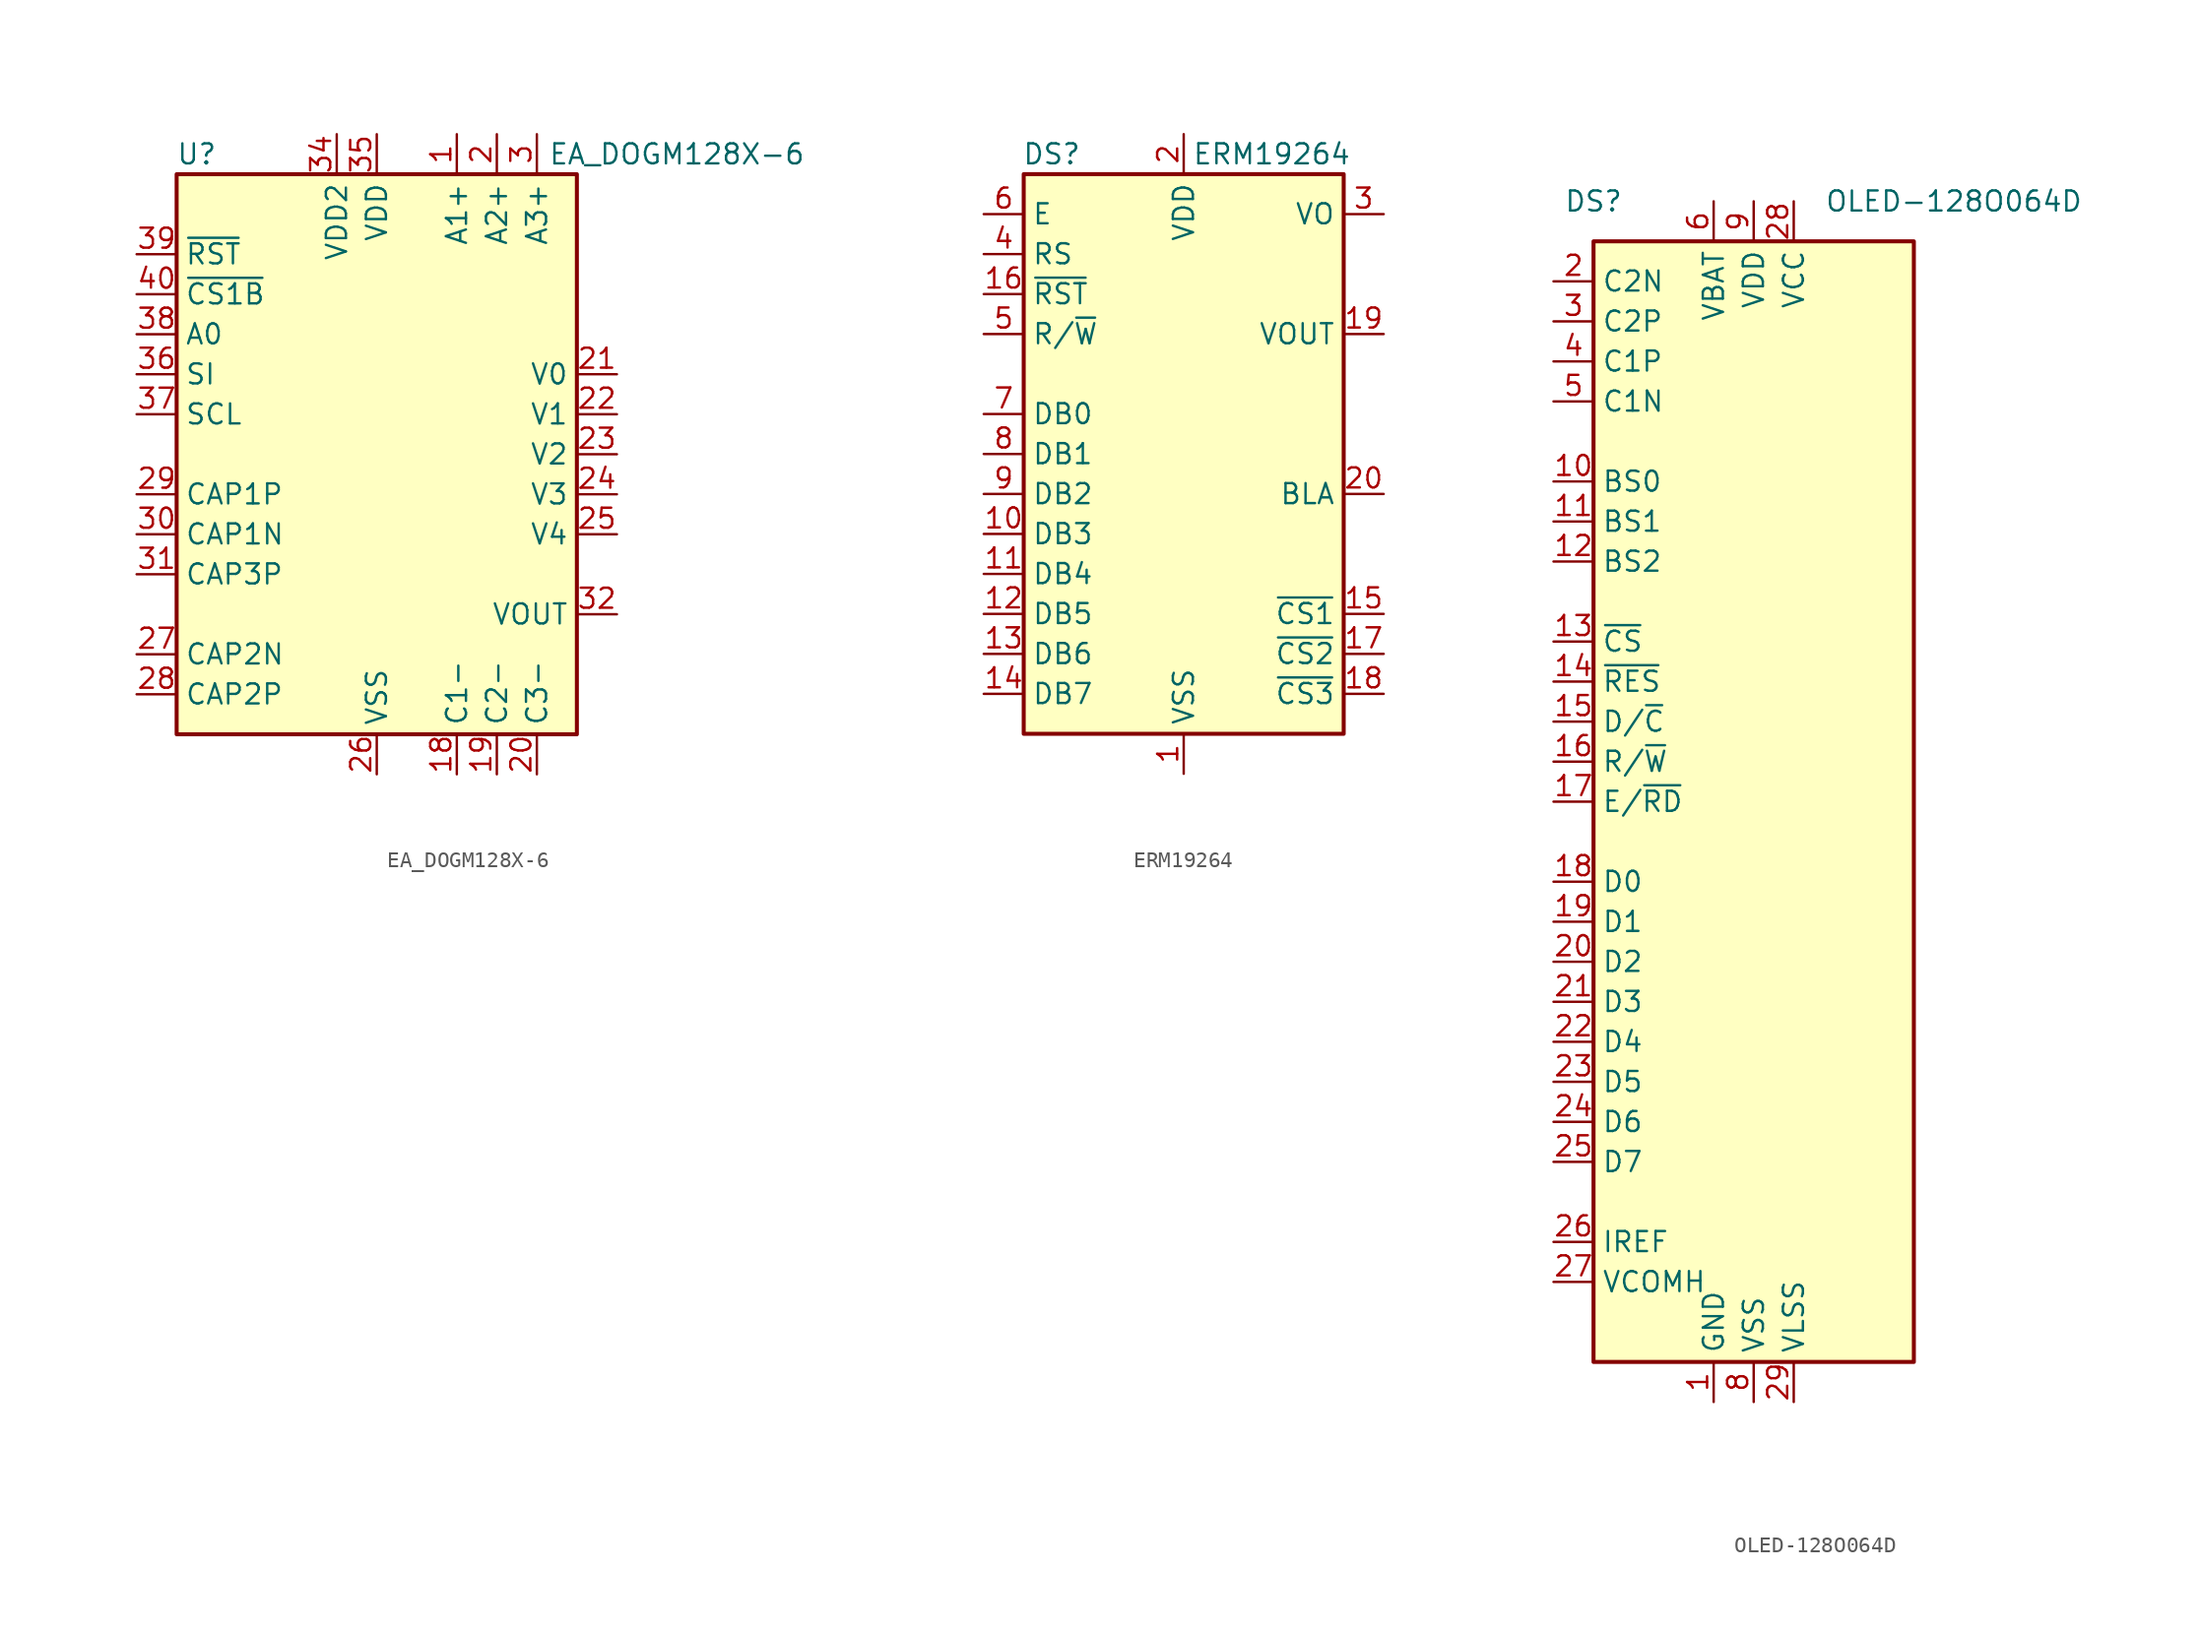
<source format=kicad_sym>
(kicad_symbol_lib
  (version 20201005)
  (generator kicad_symbol_editor)
  (symbol "EA_DOGM128X-6"
    (property "Reference" "U"
      (at -11.43 19.05 0)
      (effects (font (size 1.27 1.27))))
    (property "Value" "EA_DOGM128X-6"
      (at 19.05 19.05 0)
      (effects (font (size 1.27 1.27))))
    (symbol "EA_DOGM128X-6_1_1"
      (rectangle (start -12.7 17.78) (end 12.7 -17.78) (stroke (width 0.254)) (fill (type background)))
      (pin power_in line (at 5.08 20.32 270) (length 2.54) (name "A1+" (effects (font (size 1.27 1.27)))) (number "1" (effects (font (size 1.27 1.27)))))
      (pin power_in line (at 5.08 -20.32 90) (length 2.54) (name "C1-" (effects (font (size 1.27 1.27)))) (number "18" (effects (font (size 1.27 1.27)))))
      (pin power_in line (at 7.62 -20.32 90) (length 2.54) (name "C2-" (effects (font (size 1.27 1.27)))) (number "19" (effects (font (size 1.27 1.27)))))
      (pin power_in line (at 7.62 20.32 270) (length 2.54) (name "A2+" (effects (font (size 1.27 1.27)))) (number "2" (effects (font (size 1.27 1.27)))))
      (pin power_in line (at 10.16 -20.32 90) (length 2.54) (name "C3-" (effects (font (size 1.27 1.27)))) (number "20" (effects (font (size 1.27 1.27)))))
      (pin passive line (at 15.24 5.08 180) (length 2.54) (name "V0" (effects (font (size 1.27 1.27)))) (number "21" (effects (font (size 1.27 1.27)))))
      (pin passive line (at 15.24 2.54 180) (length 2.54) (name "V1" (effects (font (size 1.27 1.27)))) (number "22" (effects (font (size 1.27 1.27)))))
      (pin passive line (at 15.24 0 180) (length 2.54) (name "V2" (effects (font (size 1.27 1.27)))) (number "23" (effects (font (size 1.27 1.27)))))
      (pin passive line (at 15.24 -2.54 180) (length 2.54) (name "V3" (effects (font (size 1.27 1.27)))) (number "24" (effects (font (size 1.27 1.27)))))
      (pin passive line (at 15.24 -5.08 180) (length 2.54) (name "V4" (effects (font (size 1.27 1.27)))) (number "25" (effects (font (size 1.27 1.27)))))
      (pin power_in line (at 0 -20.32 90) (length 2.54) (name "VSS" (effects (font (size 1.27 1.27)))) (number "26" (effects (font (size 1.27 1.27)))))
      (pin passive line (at -15.24 -12.7 0) (length 2.54) (name "CAP2N" (effects (font (size 1.27 1.27)))) (number "27" (effects (font (size 1.27 1.27)))))
      (pin passive line (at -15.24 -15.24 0) (length 2.54) (name "CAP2P" (effects (font (size 1.27 1.27)))) (number "28" (effects (font (size 1.27 1.27)))))
      (pin passive line (at -15.24 -2.54 0) (length 2.54) (name "CAP1P" (effects (font (size 1.27 1.27)))) (number "29" (effects (font (size 1.27 1.27)))))
      (pin power_in line (at 10.16 20.32 270) (length 2.54) (name "A3+" (effects (font (size 1.27 1.27)))) (number "3" (effects (font (size 1.27 1.27)))))
      (pin passive line (at -15.24 -5.08 0) (length 2.54) (name "CAP1N" (effects (font (size 1.27 1.27)))) (number "30" (effects (font (size 1.27 1.27)))))
      (pin passive line (at -15.24 -7.62 0) (length 2.54) (name "CAP3P" (effects (font (size 1.27 1.27)))) (number "31" (effects (font (size 1.27 1.27)))))
      (pin output line (at 15.24 -10.16 180) (length 2.54) (name "VOUT" (effects (font (size 1.27 1.27)))) (number "32" (effects (font (size 1.27 1.27)))))
      (pin passive line (at 0 -20.32 90) (length 2.54) hide (name "VSS" (effects (font (size 1.27 1.27)))) (number "33" (effects (font (size 1.27 1.27)))))
      (pin power_in line (at -2.54 20.32 270) (length 2.54) (name "VDD2" (effects (font (size 1.27 1.27)))) (number "34" (effects (font (size 1.27 1.27)))))
      (pin power_in line (at 0 20.32 270) (length 2.54) (name "VDD" (effects (font (size 1.27 1.27)))) (number "35" (effects (font (size 1.27 1.27)))))
      (pin input line (at -15.24 5.08 0) (length 2.54) (name "SI" (effects (font (size 1.27 1.27)))) (number "36" (effects (font (size 1.27 1.27)))))
      (pin input line (at -15.24 2.54 0) (length 2.54) (name "SCL" (effects (font (size 1.27 1.27)))) (number "37" (effects (font (size 1.27 1.27)))))
      (pin input line (at -15.24 7.62 0) (length 2.54) (name "A0" (effects (font (size 1.27 1.27)))) (number "38" (effects (font (size 1.27 1.27)))))
      (pin input line (at -15.24 12.7 0) (length 2.54) (name "~RST" (effects (font (size 1.27 1.27)))) (number "39" (effects (font (size 1.27 1.27)))))
      (pin input line (at -15.24 10.16 0) (length 2.54) (name "~CS1B" (effects (font (size 1.27 1.27)))) (number "40" (effects (font (size 1.27 1.27)))))))
  (symbol "ERM19264"
    (property "Reference" "DS"
      (at -8.382 19.05 0)
      (effects (font (size 1.27 1.27))))
    (property "Value" "ERM19264"
      (at 5.588 19.05 0)
      (effects (font (size 1.27 1.27))))
    (symbol "ERM19264_0_0"
      (pin input line (at 12.7 -15.24 180) (length 2.54) (name "~CS3~" (effects (font (size 1.27 1.27)))) (number "18" (effects (font (size 1.27 1.27))))))
    (symbol "ERM19264_0_1"
      (rectangle (start -10.16 17.78) (end 10.16 -17.78) (stroke (width 0.254)) (fill (type background))))
    (symbol "ERM19264_1_1"
      (pin power_in line (at 0 -20.32 90) (length 2.54) (name "VSS" (effects (font (size 1.27 1.27)))) (number "1" (effects (font (size 1.27 1.27)))))
      (pin bidirectional line (at -12.7 -5.08 0) (length 2.54) (name "DB3" (effects (font (size 1.27 1.27)))) (number "10" (effects (font (size 1.27 1.27)))))
      (pin bidirectional line (at -12.7 -7.62 0) (length 2.54) (name "DB4" (effects (font (size 1.27 1.27)))) (number "11" (effects (font (size 1.27 1.27)))))
      (pin bidirectional line (at -12.7 -10.16 0) (length 2.54) (name "DB5" (effects (font (size 1.27 1.27)))) (number "12" (effects (font (size 1.27 1.27)))))
      (pin bidirectional line (at -12.7 -12.7 0) (length 2.54) (name "DB6" (effects (font (size 1.27 1.27)))) (number "13" (effects (font (size 1.27 1.27)))))
      (pin bidirectional line (at -12.7 -15.24 0) (length 2.54) (name "DB7" (effects (font (size 1.27 1.27)))) (number "14" (effects (font (size 1.27 1.27)))))
      (pin input line (at 12.7 -10.16 180) (length 2.54) (name "~CS1~" (effects (font (size 1.27 1.27)))) (number "15" (effects (font (size 1.27 1.27)))))
      (pin input line (at -12.7 10.16 0) (length 2.54) (name "~RST~" (effects (font (size 1.27 1.27)))) (number "16" (effects (font (size 1.27 1.27)))))
      (pin input line (at 12.7 -12.7 180) (length 2.54) (name "~CS2~" (effects (font (size 1.27 1.27)))) (number "17" (effects (font (size 1.27 1.27)))))
      (pin passive line (at 12.7 7.62 180) (length 2.54) (name "VOUT" (effects (font (size 1.27 1.27)))) (number "19" (effects (font (size 1.27 1.27)))))
      (pin power_in line (at 0 20.32 270) (length 2.54) (name "VDD" (effects (font (size 1.27 1.27)))) (number "2" (effects (font (size 1.27 1.27)))))
      (pin passive line (at 12.7 -2.54 180) (length 2.54) (name "BLA" (effects (font (size 1.27 1.27)))) (number "20" (effects (font (size 1.27 1.27)))))
      (pin passive line (at 12.7 15.24 180) (length 2.54) (name "VO" (effects (font (size 1.27 1.27)))) (number "3" (effects (font (size 1.27 1.27)))))
      (pin input line (at -12.7 12.7 0) (length 2.54) (name "RS" (effects (font (size 1.27 1.27)))) (number "4" (effects (font (size 1.27 1.27)))))
      (pin input line (at -12.7 7.62 0) (length 2.54) (name "R/~W~" (effects (font (size 1.27 1.27)))) (number "5" (effects (font (size 1.27 1.27)))))
      (pin input line (at -12.7 15.24 0) (length 2.54) (name "E" (effects (font (size 1.27 1.27)))) (number "6" (effects (font (size 1.27 1.27)))))
      (pin bidirectional line (at -12.7 2.54 0) (length 2.54) (name "DB0" (effects (font (size 1.27 1.27)))) (number "7" (effects (font (size 1.27 1.27)))))
      (pin bidirectional line (at -12.7 0 0) (length 2.54) (name "DB1" (effects (font (size 1.27 1.27)))) (number "8" (effects (font (size 1.27 1.27)))))
      (pin bidirectional line (at -12.7 -2.54 0) (length 2.54) (name "DB2" (effects (font (size 1.27 1.27)))) (number "9" (effects (font (size 1.27 1.27)))))))
  (symbol "OLED-128O064D"
    (property "Reference" "DS"
      (at -10.16 38.1 0)
      (effects (font (size 1.27 1.27))))
    (property "Value" "OLED-128O064D"
      (at 12.7 38.1 0)
      (effects (font (size 1.27 1.27))))
    (symbol "OLED-128O064D_0_1"
      (rectangle (start -10.16 35.56) (end 10.16 -35.56) (stroke (width 0.254)) (fill (type background))))
    (symbol "OLED-128O064D_1_1"
      (pin power_in line (at -2.54 -38.1 90) (length 2.54) (name "GND" (effects (font (size 1.27 1.27)))) (number "1" (effects (font (size 1.27 1.27)))))
      (pin input line (at -12.7 20.32 0) (length 2.54) (name "BS0" (effects (font (size 1.27 1.27)))) (number "10" (effects (font (size 1.27 1.27)))))
      (pin input line (at -12.7 17.78 0) (length 2.54) (name "BS1" (effects (font (size 1.27 1.27)))) (number "11" (effects (font (size 1.27 1.27)))))
      (pin input line (at -12.7 15.24 0) (length 2.54) (name "BS2" (effects (font (size 1.27 1.27)))) (number "12" (effects (font (size 1.27 1.27)))))
      (pin input line (at -12.7 10.16 0) (length 2.54) (name "~CS" (effects (font (size 1.27 1.27)))) (number "13" (effects (font (size 1.27 1.27)))))
      (pin input line (at -12.7 7.62 0) (length 2.54) (name "~RES" (effects (font (size 1.27 1.27)))) (number "14" (effects (font (size 1.27 1.27)))))
      (pin input line (at -12.7 5.08 0) (length 2.54) (name "D/~C" (effects (font (size 1.27 1.27)))) (number "15" (effects (font (size 1.27 1.27)))))
      (pin input line (at -12.7 2.54 0) (length 2.54) (name "R/~W" (effects (font (size 1.27 1.27)))) (number "16" (effects (font (size 1.27 1.27)))))
      (pin input line (at -12.7 0 0) (length 2.54) (name "E/~RD" (effects (font (size 1.27 1.27)))) (number "17" (effects (font (size 1.27 1.27)))))
      (pin bidirectional line (at -12.7 -5.08 0) (length 2.54) (name "D0" (effects (font (size 1.27 1.27)))) (number "18" (effects (font (size 1.27 1.27)))))
      (pin bidirectional line (at -12.7 -7.62 0) (length 2.54) (name "D1" (effects (font (size 1.27 1.27)))) (number "19" (effects (font (size 1.27 1.27)))))
      (pin passive line (at -12.7 33.02 0) (length 2.54) (name "C2N" (effects (font (size 1.27 1.27)))) (number "2" (effects (font (size 1.27 1.27)))))
      (pin bidirectional line (at -12.7 -10.16 0) (length 2.54) (name "D2" (effects (font (size 1.27 1.27)))) (number "20" (effects (font (size 1.27 1.27)))))
      (pin bidirectional line (at -12.7 -12.7 0) (length 2.54) (name "D3" (effects (font (size 1.27 1.27)))) (number "21" (effects (font (size 1.27 1.27)))))
      (pin bidirectional line (at -12.7 -15.24 0) (length 2.54) (name "D4" (effects (font (size 1.27 1.27)))) (number "22" (effects (font (size 1.27 1.27)))))
      (pin bidirectional line (at -12.7 -17.78 0) (length 2.54) (name "D5" (effects (font (size 1.27 1.27)))) (number "23" (effects (font (size 1.27 1.27)))))
      (pin bidirectional line (at -12.7 -20.32 0) (length 2.54) (name "D6" (effects (font (size 1.27 1.27)))) (number "24" (effects (font (size 1.27 1.27)))))
      (pin bidirectional line (at -12.7 -22.86 0) (length 2.54) (name "D7" (effects (font (size 1.27 1.27)))) (number "25" (effects (font (size 1.27 1.27)))))
      (pin passive line (at -12.7 -27.94 0) (length 2.54) (name "IREF" (effects (font (size 1.27 1.27)))) (number "26" (effects (font (size 1.27 1.27)))))
      (pin passive line (at -12.7 -30.48 0) (length 2.54) (name "VCOMH" (effects (font (size 1.27 1.27)))) (number "27" (effects (font (size 1.27 1.27)))))
      (pin power_in line (at 2.54 38.1 270) (length 2.54) (name "VCC" (effects (font (size 1.27 1.27)))) (number "28" (effects (font (size 1.27 1.27)))))
      (pin power_in line (at 2.54 -38.1 90) (length 2.54) (name "VLSS" (effects (font (size 1.27 1.27)))) (number "29" (effects (font (size 1.27 1.27)))))
      (pin passive line (at -12.7 30.48 0) (length 2.54) (name "C2P" (effects (font (size 1.27 1.27)))) (number "3" (effects (font (size 1.27 1.27)))))
      (pin passive line (at -2.54 -38.1 90) (length 2.54) hide (name "GND" (effects (font (size 1.27 1.27)))) (number "30" (effects (font (size 1.27 1.27)))))
      (pin passive line (at -12.7 27.94 0) (length 2.54) (name "C1P" (effects (font (size 1.27 1.27)))) (number "4" (effects (font (size 1.27 1.27)))))
      (pin passive line (at -12.7 25.4 0) (length 2.54) (name "C1N" (effects (font (size 1.27 1.27)))) (number "5" (effects (font (size 1.27 1.27)))))
      (pin power_in line (at -2.54 38.1 270) (length 2.54) (name "VBAT" (effects (font (size 1.27 1.27)))) (number "6" (effects (font (size 1.27 1.27)))))
      (pin no_connect line (at 10.16 0 180) (length 2.54) hide (name "NC" (effects (font (size 1.27 1.27)))) (number "7" (effects (font (size 1.27 1.27)))))
      (pin power_in line (at 0 -38.1 90) (length 2.54) (name "VSS" (effects (font (size 1.27 1.27)))) (number "8" (effects (font (size 1.27 1.27)))))
      (pin power_in line (at 0 38.1 270) (length 2.54) (name "VDD" (effects (font (size 1.27 1.27)))) (number "9" (effects (font (size 1.27 1.27))))))))
</source>
